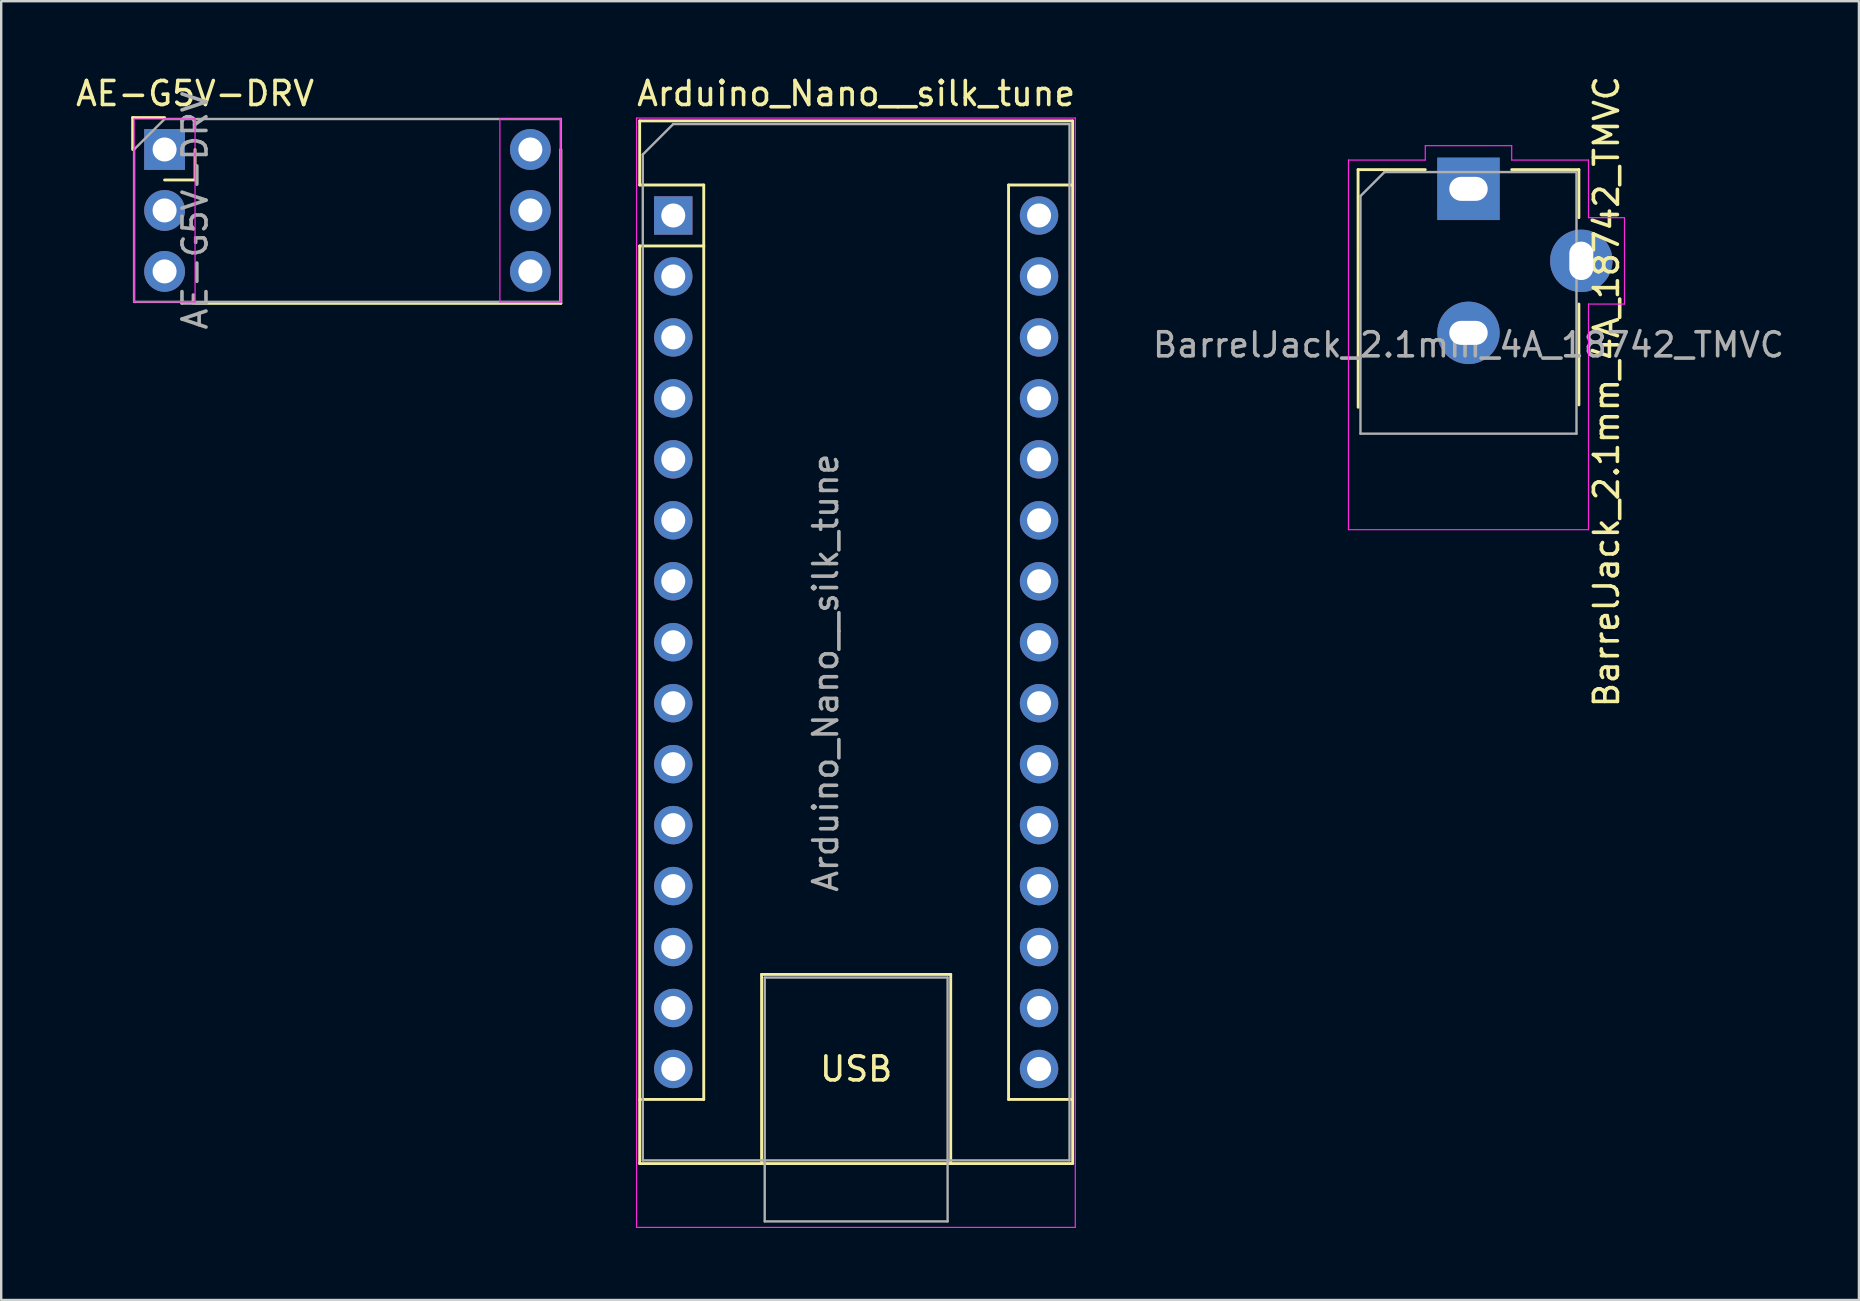
<source format=kicad_pcb>
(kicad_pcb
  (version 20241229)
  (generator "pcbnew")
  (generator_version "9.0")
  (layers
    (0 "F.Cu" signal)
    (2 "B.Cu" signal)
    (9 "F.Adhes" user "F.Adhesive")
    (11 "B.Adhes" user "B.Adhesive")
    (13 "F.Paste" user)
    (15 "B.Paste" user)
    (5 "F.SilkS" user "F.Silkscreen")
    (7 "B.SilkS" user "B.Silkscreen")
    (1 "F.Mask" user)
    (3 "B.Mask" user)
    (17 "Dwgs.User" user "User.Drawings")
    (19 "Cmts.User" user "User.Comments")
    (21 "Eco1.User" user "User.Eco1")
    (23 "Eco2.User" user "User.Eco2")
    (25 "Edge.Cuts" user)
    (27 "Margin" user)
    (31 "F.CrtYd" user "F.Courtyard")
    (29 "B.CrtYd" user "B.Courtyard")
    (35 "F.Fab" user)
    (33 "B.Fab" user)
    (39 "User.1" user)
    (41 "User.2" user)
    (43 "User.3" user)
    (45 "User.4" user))
  (footprint "Arduino_Nano__silk_tune"
    (layer "F.Cu")
    (at 25.001 5.928)
    (property "Reference" "Arduino_Nano__silk_tune" (at 7.62 -5.08 0) (layer "F.SilkS") (effects (font (size 1 1) (thickness 0.15))))
    (attr through_hole)
    (fp_line (start -1.4 -3.94) (end -1.4 -1.27) (stroke (width 0.12) (type solid)) (layer "F.SilkS"))
    (fp_line (start -1.4 1.27) (end -1.4 39.5) (stroke (width 0.12) (type solid)) (layer "F.SilkS"))
    (fp_line (start -1.4 39.5) (end 3.68 39.5) (stroke (width 0.12) (type solid)) (layer "F.SilkS"))
    (fp_line (start 1.27 -1.27) (end -1.4 -1.27) (stroke (width 0.12) (type solid)) (layer "F.SilkS"))
    (fp_line (start 1.27 1.27) (end -1.4 1.27) (stroke (width 0.12) (type solid)) (layer "F.SilkS"))
    (fp_line (start 1.27 1.27) (end 1.27 -1.27) (stroke (width 0.12) (type solid)) (layer "F.SilkS"))
    (fp_line (start 1.27 1.27) (end 1.27 36.83) (stroke (width 0.12) (type solid)) (layer "F.SilkS"))
    (fp_line (start 1.27 36.83) (end -1.4 36.83) (stroke (width 0.12) (type solid)) (layer "F.SilkS"))
    (fp_line (start 3.68 31.62) (end 11.56 31.62) (stroke (width 0.12) (type solid)) (layer "F.SilkS"))
    (fp_line (start 3.68 39.5) (end 3.68 31.62) (stroke (width 0.12) (type solid)) (layer "F.SilkS"))
    (fp_line (start 11.54 39.5) (end 3.66 39.5) (stroke (width 0.12) (type solid)) (layer "F.SilkS"))
    (fp_line (start 11.56 31.62) (end 11.56 39.5) (stroke (width 0.12) (type solid)) (layer "F.SilkS"))
    (fp_line (start 13.97 -1.27) (end 13.97 36.83) (stroke (width 0.12) (type solid)) (layer "F.SilkS"))
    (fp_line (start 13.97 -1.27) (end 16.64 -1.27) (stroke (width 0.12) (type solid)) (layer "F.SilkS"))
    (fp_line (start 13.97 36.83) (end 16.64 36.83) (stroke (width 0.12) (type solid)) (layer "F.SilkS"))
    (fp_line (start 16.64 -3.94) (end -1.4 -3.94) (stroke (width 0.12) (type solid)) (layer "F.SilkS"))
    (fp_line (start 16.64 39.5) (end 11.56 39.5) (stroke (width 0.12) (type solid)) (layer "F.SilkS"))
    (fp_line (start 16.64 39.5) (end 16.64 -3.94) (stroke (width 0.12) (type solid)) (layer "F.SilkS"))
    (fp_line (start -1.53 -4.06) (end -1.53 42.16) (stroke (width 0.05) (type solid)) (layer "F.CrtYd"))
    (fp_line (start -1.53 -4.06) (end 16.75 -4.06) (stroke (width 0.05) (type solid)) (layer "F.CrtYd"))
    (fp_line (start 16.75 42.16) (end -1.53 42.16) (stroke (width 0.05) (type solid)) (layer "F.CrtYd"))
    (fp_line (start 16.75 42.16) (end 16.75 -4.06) (stroke (width 0.05) (type solid)) (layer "F.CrtYd"))
    (fp_line (start -1.27 -2.54) (end 0 -3.81) (stroke (width 0.1) (type solid)) (layer "F.Fab"))
    (fp_line (start -1.27 39.37) (end -1.27 -2.54) (stroke (width 0.1) (type solid)) (layer "F.Fab"))
    (fp_line (start 0 -3.81) (end 16.51 -3.81) (stroke (width 0.1) (type solid)) (layer "F.Fab"))
    (fp_line (start 3.81 31.75) (end 11.43 31.75) (stroke (width 0.1) (type solid)) (layer "F.Fab"))
    (fp_line (start 3.81 41.91) (end 3.81 31.75) (stroke (width 0.1) (type solid)) (layer "F.Fab"))
    (fp_line (start 11.43 31.75) (end 11.43 41.91) (stroke (width 0.1) (type solid)) (layer "F.Fab"))
    (fp_line (start 11.43 41.91) (end 3.81 41.91) (stroke (width 0.1) (type solid)) (layer "F.Fab"))
    (fp_line (start 16.51 -3.81) (end 16.51 39.37) (stroke (width 0.1) (type solid)) (layer "F.Fab"))
    (fp_line (start 16.51 39.37) (end -1.27 39.37) (stroke (width 0.1) (type solid)) (layer "F.Fab"))
    (fp_text user "USB" (at 7.62 35.56 0) (unlocked yes) (layer "F.SilkS") (effects (font (size 1 1) (thickness 0.15))))
    (fp_text user "${REFERENCE}" (at 6.35 19.05 90) (layer "F.Fab") (effects (font (size 1 1) (thickness 0.15))))
    (pad "1" thru_hole rect (at 0 0) (size 1.6 1.6) (drill 1) (layers "*.Cu" "*.Mask"))
    (pad "2" thru_hole oval (at 0 2.54) (size 1.6 1.6) (drill 1) (layers "*.Cu" "*.Mask"))
    (pad "3" thru_hole oval (at 0 5.08) (size 1.6 1.6) (drill 1) (layers "*.Cu" "*.Mask"))
    (pad "4" thru_hole oval (at 0 7.62) (size 1.6 1.6) (drill 1) (layers "*.Cu" "*.Mask"))
    (pad "5" thru_hole oval (at 0 10.16) (size 1.6 1.6) (drill 1) (layers "*.Cu" "*.Mask"))
    (pad "6" thru_hole oval (at 0 12.7) (size 1.6 1.6) (drill 1) (layers "*.Cu" "*.Mask"))
    (pad "7" thru_hole oval (at 0 15.24) (size 1.6 1.6) (drill 1) (layers "*.Cu" "*.Mask"))
    (pad "8" thru_hole oval (at 0 17.78) (size 1.6 1.6) (drill 1) (layers "*.Cu" "*.Mask"))
    (pad "9" thru_hole oval (at 0 20.32) (size 1.6 1.6) (drill 1) (layers "*.Cu" "*.Mask"))
    (pad "10" thru_hole oval (at 0 22.86) (size 1.6 1.6) (drill 1) (layers "*.Cu" "*.Mask"))
    (pad "11" thru_hole oval (at 0 25.4) (size 1.6 1.6) (drill 1) (layers "*.Cu" "*.Mask"))
    (pad "12" thru_hole oval (at 0 27.94) (size 1.6 1.6) (drill 1) (layers "*.Cu" "*.Mask"))
    (pad "13" thru_hole oval (at 0 30.48) (size 1.6 1.6) (drill 1) (layers "*.Cu" "*.Mask"))
    (pad "14" thru_hole oval (at 0 33.02) (size 1.6 1.6) (drill 1) (layers "*.Cu" "*.Mask"))
    (pad "15" thru_hole oval (at 0 35.56) (size 1.6 1.6) (drill 1) (layers "*.Cu" "*.Mask"))
    (pad "16" thru_hole oval (at 15.24 35.56) (size 1.6 1.6) (drill 1) (layers "*.Cu" "*.Mask"))
    (pad "17" thru_hole oval (at 15.24 33.02) (size 1.6 1.6) (drill 1) (layers "*.Cu" "*.Mask"))
    (pad "18" thru_hole oval (at 15.24 30.48) (size 1.6 1.6) (drill 1) (layers "*.Cu" "*.Mask"))
    (pad "19" thru_hole oval (at 15.24 27.94) (size 1.6 1.6) (drill 1) (layers "*.Cu" "*.Mask"))
    (pad "20" thru_hole oval (at 15.24 25.4) (size 1.6 1.6) (drill 1) (layers "*.Cu" "*.Mask"))
    (pad "21" thru_hole oval (at 15.24 22.86) (size 1.6 1.6) (drill 1) (layers "*.Cu" "*.Mask"))
    (pad "22" thru_hole oval (at 15.24 20.32) (size 1.6 1.6) (drill 1) (layers "*.Cu" "*.Mask"))
    (pad "23" thru_hole oval (at 15.24 17.78) (size 1.6 1.6) (drill 1) (layers "*.Cu" "*.Mask"))
    (pad "24" thru_hole oval (at 15.24 15.24) (size 1.6 1.6) (drill 1) (layers "*.Cu" "*.Mask"))
    (pad "25" thru_hole oval (at 15.24 12.7) (size 1.6 1.6) (drill 1) (layers "*.Cu" "*.Mask"))
    (pad "26" thru_hole oval (at 15.24 10.16) (size 1.6 1.6) (drill 1) (layers "*.Cu" "*.Mask"))
    (pad "27" thru_hole oval (at 15.24 7.62) (size 1.6 1.6) (drill 1) (layers "*.Cu" "*.Mask"))
    (pad "28" thru_hole oval (at 15.24 5.08) (size 1.6 1.6) (drill 1) (layers "*.Cu" "*.Mask"))
    (pad "29" thru_hole oval (at 15.24 2.54) (size 1.6 1.6) (drill 1) (layers "*.Cu" "*.Mask"))
    (pad "30" thru_hole oval (at 15.24 0) (size 1.6 1.6) (drill 1) (layers "*.Cu" "*.Mask")))
  (footprint "BarrelJack_2.1mm_4A_18742_TMVC"
    (layer "F.Cu")
    (at 58.133 4.818)
    (property "Reference" "BarrelJack_2.1mm_4A_18742_TMVC" (at 5.75 8.45 90) (layer "F.SilkS") (effects (font (size 1 1) (thickness 0.15))))
    (attr through_hole)
    (fp_line (start -4.6 -0.8) (end -1.8 -0.8) (stroke (width 0.12) (type solid)) (layer "F.SilkS"))
    (fp_line (start -4.595 9.1) (end -4.6 -0.8) (stroke (width 0.12) (type solid)) (layer "F.SilkS"))
    (fp_line (start 1.8 -0.8) (end 4.6 -0.8) (stroke (width 0.12) (type solid)) (layer "F.SilkS"))
    (fp_line (start 4.6 -0.8) (end 4.6 1.2) (stroke (width 0.12) (type solid)) (layer "F.SilkS"))
    (fp_line (start 4.6 4.8) (end 4.6 9) (stroke (width 0.12) (type solid)) (layer "F.SilkS"))
    (fp_line (start -5 -1.2) (end -1.8 -1.2) (stroke (width 0.05) (type solid)) (layer "F.CrtYd"))
    (fp_line (start -5 14.2) (end -5 -1.2) (stroke (width 0.05) (type solid)) (layer "F.CrtYd"))
    (fp_line (start -1.8 -1.8) (end 1.8 -1.8) (stroke (width 0.05) (type solid)) (layer "F.CrtYd"))
    (fp_line (start -1.8 -1.2) (end -1.8 -1.8) (stroke (width 0.05) (type solid)) (layer "F.CrtYd"))
    (fp_line (start 1.8 -1.8) (end 1.8 -1.2) (stroke (width 0.05) (type solid)) (layer "F.CrtYd"))
    (fp_line (start 1.8 -1.2) (end 5 -1.2) (stroke (width 0.05) (type solid)) (layer "F.CrtYd"))
    (fp_line (start 5 -1.2) (end 5 1.2) (stroke (width 0.05) (type solid)) (layer "F.CrtYd"))
    (fp_line (start 5 1.2) (end 6.5 1.2) (stroke (width 0.05) (type solid)) (layer "F.CrtYd"))
    (fp_line (start 5 4.8) (end 5 14.2) (stroke (width 0.05) (type solid)) (layer "F.CrtYd"))
    (fp_line (start 5 14.2) (end -5 14.2) (stroke (width 0.05) (type solid)) (layer "F.CrtYd"))
    (fp_line (start 6.5 1.2) (end 6.5 4.8) (stroke (width 0.05) (type solid)) (layer "F.CrtYd"))
    (fp_line (start 6.5 4.8) (end 5 4.8) (stroke (width 0.05) (type solid)) (layer "F.CrtYd"))
    (fp_line (start -4.5 0.3) (end -3.5 -0.7) (stroke (width 0.1) (type solid)) (layer "F.Fab"))
    (fp_line (start -4.5 10.2) (end -4.5 0.3) (stroke (width 0.1) (type solid)) (layer "F.Fab"))
    (fp_line (start -4.5 10.2) (end 4.5 10.2) (stroke (width 0.1) (type solid)) (layer "F.Fab"))
    (fp_line (start -3.5 -0.7) (end 4.5 -0.7) (stroke (width 0.1) (type solid)) (layer "F.Fab"))
    (fp_line (start 4.5 -0.7) (end 4.5 10.2) (stroke (width 0.1) (type solid)) (layer "F.Fab"))
    (fp_text user "${REFERENCE}" (at 0 6.5 0) (layer "F.Fab") (effects (font (size 1 1) (thickness 0.15))))
    (pad "1" thru_hole rect (at 0 0) (size 2.6 2.6) (drill oval 1.6 1) (layers "*.Cu" "*.Mask"))
    (pad "2" thru_hole circle (at 0 6) (size 2.6 2.6) (drill oval 1.6 1) (layers "*.Cu" "*.Mask"))
    (pad "3" thru_hole circle (at 4.7 3) (size 2.6 2.6) (drill oval 1 1.6) (layers "*.Cu" "*.Mask")))
  (footprint "AE-G5V-DRV"
    (layer "F.Cu")
    (at 3.807 3.178)
    (property "Reference" "AE-G5V-DRV" (at 1.27 -2.33 0) (layer "F.SilkS") (effects (font (size 1 1) (thickness 0.15))))
    (attr through_hole)
    (fp_line (start -1.33 -1.33) (end 0 -1.33) (stroke (width 0.12) (type solid)) (layer "F.SilkS"))
    (fp_line (start -1.33 0) (end -1.33 -1.33) (stroke (width 0.12) (type solid)) (layer "F.SilkS"))
    (fp_line (start 0 1.27) (end 1.27 1.27) (stroke (width 0.12) (type solid)) (layer "F.SilkS"))
    (fp_line (start 1.27 1.27) (end 1.27 0) (stroke (width 0.12) (type solid)) (layer "F.SilkS"))
    (fp_line (start 1.3 6.41) (end 16.51 6.41) (stroke (width 0.12) (type solid)) (layer "F.SilkS"))
    (fp_line (start 16.51 0) (end 16.51 6.41) (stroke (width 0.12) (type solid)) (layer "F.SilkS"))
    (fp_line (start -1.27 -1.27) (end -1.27 6.35) (stroke (width 0.05) (type solid)) (layer "F.CrtYd"))
    (fp_line (start -1.27 6.35) (end 1.27 6.35) (stroke (width 0.05) (type solid)) (layer "F.CrtYd"))
    (fp_line (start 1.27 -1.27) (end -1.27 -1.27) (stroke (width 0.05) (type solid)) (layer "F.CrtYd"))
    (fp_line (start 1.27 6.35) (end 1.27 -1.27) (stroke (width 0.05) (type solid)) (layer "F.CrtYd"))
    (fp_line (start 13.97 -1.27) (end 16.51 -1.27) (stroke (width 0.05) (type solid)) (layer "F.CrtYd"))
    (fp_line (start 13.97 6.35) (end 13.97 -1.27) (stroke (width 0.05) (type solid)) (layer "F.CrtYd"))
    (fp_line (start 16.51 -1.27) (end 16.51 6.35) (stroke (width 0.05) (type solid)) (layer "F.CrtYd"))
    (fp_line (start 16.51 6.35) (end 13.97 6.35) (stroke (width 0.05) (type solid)) (layer "F.CrtYd"))
    (fp_line (start -1.27 0) (end 0 -1.27) (stroke (width 0.1) (type solid)) (layer "F.Fab"))
    (fp_line (start -1.27 6.35) (end -1.27 0) (stroke (width 0.1) (type solid)) (layer "F.Fab"))
    (fp_line (start 0 -1.27) (end 16.51 -1.27) (stroke (width 0.1) (type solid)) (layer "F.Fab"))
    (fp_line (start 16.51 -1.27) (end 16.51 6.35) (stroke (width 0.1) (type solid)) (layer "F.Fab"))
    (fp_line (start 16.51 6.35) (end -1.27 6.35) (stroke (width 0.1) (type solid)) (layer "F.Fab"))
    (fp_text user "${REFERENCE}" (at 1.27 2.54 90) (layer "F.Fab") (effects (font (size 1 1) (thickness 0.15))))
    (pad "1" thru_hole rect (at 0 0) (size 1.7 1.7) (drill 1) (layers "*.Cu" "*.Mask"))
    (pad "2" thru_hole oval (at 0 2.54) (size 1.7 1.7) (drill 1) (layers "*.Cu" "*.Mask"))
    (pad "3" thru_hole oval (at 0 5.08) (size 1.7 1.7) (drill 1) (layers "*.Cu" "*.Mask"))
    (pad "4" thru_hole oval (at 15.24 5.08) (size 1.7 1.7) (drill 1) (layers "*.Cu" "*.Mask"))
    (pad "5" thru_hole oval (at 15.24 2.54) (size 1.7 1.7) (drill 1) (layers "*.Cu" "*.Mask"))
    (pad "6" thru_hole oval (at 15.24 0) (size 1.7 1.7) (drill 1) (layers "*.Cu" "*.Mask")))
  (gr_rect
    (start -3 -3)
    (end 74.401 51.113)
    (stroke (width 0.1) (type default))
    (fill no)
    (layer "Edge.Cuts")))
</source>
